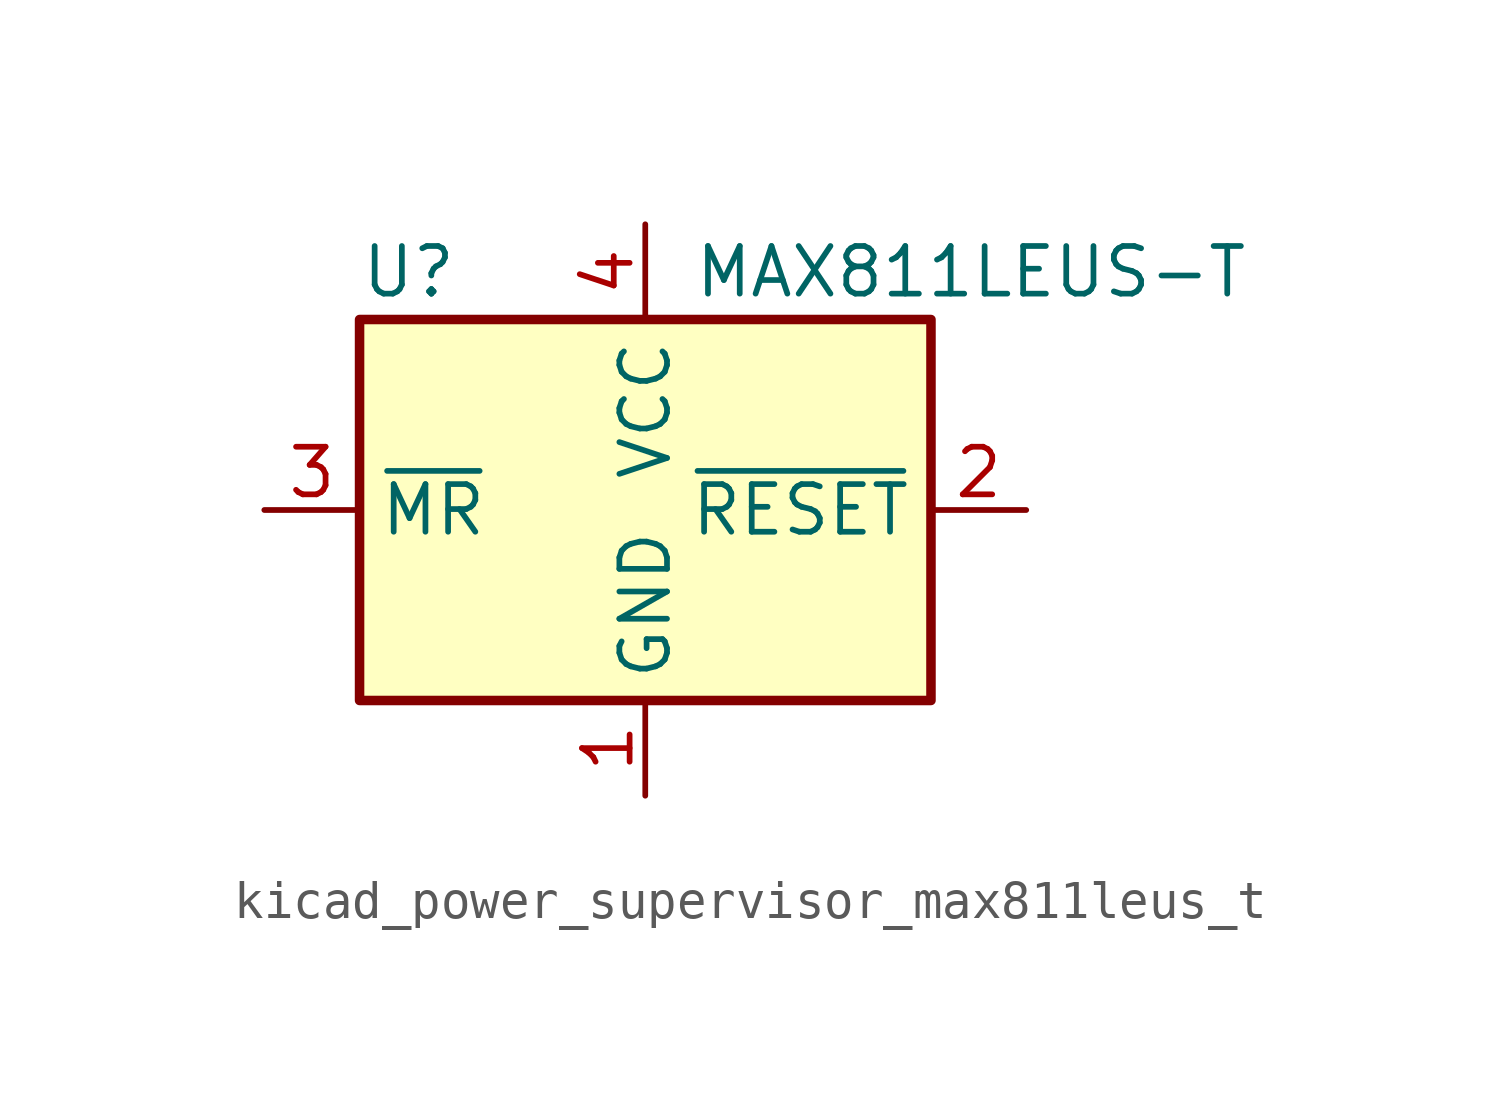
<source format=kicad_sym>
(kicad_symbol_lib
  (version 20220914)
  (generator kicad_symbol_editor)
  (symbol "kicad_power_supervisor_max811leus_t"
    (property "Reference" "U"
      (at -7.62 6.35 0)
      (effects (font (size 1.27 1.27)) (justify left)))
    (property "Value" "MAX811LEUS-T"
      (at 1.27 6.35 0)
      (effects (font (size 1.27 1.27)) (justify left)))
    (symbol "kicad_power_supervisor_max811leus_t_0_1"
      (rectangle (start -7.62 5.08) (end 7.62 -5.08) (stroke (width 0.254) (type default)) (fill (type background))))
    (symbol "kicad_power_supervisor_max811leus_t_1_1"
      (pin power_in line (at 0 -7.62 90) (length 2.54) (name "GND" (effects (font (size 1.27 1.27)))) (number "1" (effects (font (size 1.27 1.27)))))
      (pin output line (at 10.16 0 180) (length 2.54) (name "~{RESET}" (effects (font (size 1.27 1.27)))) (number "2" (effects (font (size 1.27 1.27)))))
      (pin input line (at -10.16 0 0) (length 2.54) (name "~{MR}" (effects (font (size 1.27 1.27)))) (number "3" (effects (font (size 1.27 1.27)))))
      (pin power_in line (at 0 7.62 270) (length 2.54) (name "VCC" (effects (font (size 1.27 1.27)))) (number "4" (effects (font (size 1.27 1.27))))))))
</source>
